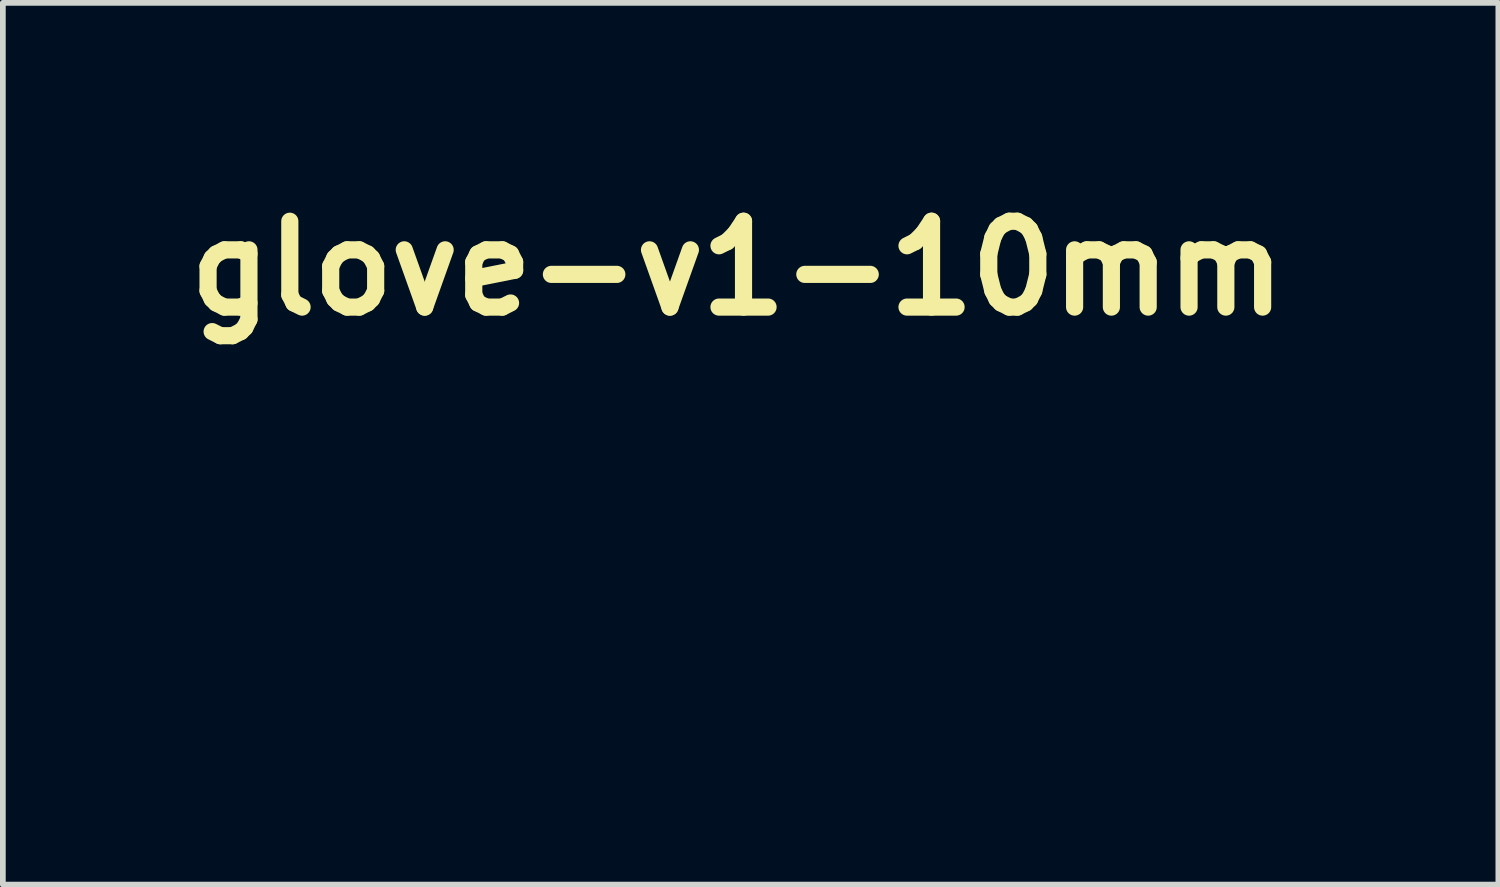
<source format=kicad_pcb>
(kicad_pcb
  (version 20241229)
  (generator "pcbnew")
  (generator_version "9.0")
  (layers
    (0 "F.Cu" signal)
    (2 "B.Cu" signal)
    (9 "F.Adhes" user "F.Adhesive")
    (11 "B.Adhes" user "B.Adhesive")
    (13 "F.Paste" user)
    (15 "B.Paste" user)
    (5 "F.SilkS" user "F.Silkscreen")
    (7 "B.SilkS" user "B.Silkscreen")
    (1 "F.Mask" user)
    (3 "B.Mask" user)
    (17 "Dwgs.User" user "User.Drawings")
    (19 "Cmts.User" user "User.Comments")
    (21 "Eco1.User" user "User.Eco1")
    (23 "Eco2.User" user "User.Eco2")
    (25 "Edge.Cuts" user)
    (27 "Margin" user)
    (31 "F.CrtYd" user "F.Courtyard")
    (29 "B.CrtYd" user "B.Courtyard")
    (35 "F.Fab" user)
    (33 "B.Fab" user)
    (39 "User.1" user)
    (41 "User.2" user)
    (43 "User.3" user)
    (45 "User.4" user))
  (footprint "glove-v1-10mm"
    (layer "F.Cu")
    (at 15.546 4.878)
    (property "Reference" "glove-v1-10mm" (at -5.71 -3.24 0) (layer "F.SilkS") (effects (font (size 1.5 1.5) (thickness 0.3))))
    (attr board_only exclude_from_pos_files exclude_from_bom)
    (fp_poly (pts (xy 0.523 -4.874) (xy 0.553 -4.864) (xy 0.598 -4.849) (xy 0.654 -4.83) (xy 0.705 -4.811) (xy 0.772 -4.787) (xy 0.822 -4.769) (xy 0.856 -4.754) (xy 0.877 -4.743) (xy 0.89 -4.732) (xy 0.897 -4.721) (xy 0.9 -4.712) (xy 0.902 -4.697) (xy 0.907 -4.661) (xy 0.914 -4.605) (xy 0.924 -4.53) (xy 0.936 -4.437) (xy 0.95 -4.327) (xy 0.966 -4.202) (xy 0.983 -4.063) (xy 1.002 -3.911) (xy 1.023 -3.746) (xy 1.045 -3.572) (xy 1.068 -3.387) (xy 1.091 -3.195) (xy 1.116 -2.995) (xy 1.142 -2.79) (xy 1.143 -2.781) (xy 1.168 -2.576) (xy 1.193 -2.377) (xy 1.217 -2.185) (xy 1.24 -2.002) (xy 1.261 -1.828) (xy 1.282 -1.665) (xy 1.301 -1.514) (xy 1.318 -1.376) (xy 1.334 -1.252) (xy 1.348 -1.144) (xy 1.36 -1.052) (xy 1.37 -0.979) (xy 1.377 -0.924) (xy 1.382 -0.889) (xy 1.384 -0.876) (xy 1.384 -0.876) (xy 1.397 -0.874) (xy 1.429 -0.871) (xy 1.476 -0.868) (xy 1.536 -0.864) (xy 1.604 -0.86) (xy 1.677 -0.857) (xy 1.752 -0.853) (xy 1.825 -0.85) (xy 1.893 -0.848) (xy 1.952 -0.846) (xy 1.998 -0.845) (xy 2.029 -0.845) (xy 2.04 -0.846) (xy 2.04 -0.857) (xy 2.042 -0.89) (xy 2.043 -0.943) (xy 2.045 -1.013) (xy 2.048 -1.099) (xy 2.051 -1.201) (xy 2.053 -1.315) (xy 2.057 -1.441) (xy 2.06 -1.576) (xy 2.063 -1.72) (xy 2.067 -1.871) (xy 2.071 -2.027) (xy 2.074 -2.186) (xy 2.078 -2.347) (xy 2.082 -2.508) (xy 2.085 -2.668) (xy 2.089 -2.825) (xy 2.092 -2.977) (xy 2.095 -3.123) (xy 2.098 -3.262) (xy 2.101 -3.391) (xy 2.103 -3.509) (xy 2.105 -3.614) (xy 2.107 -3.705) (xy 2.108 -3.78) (xy 2.109 -3.838) (xy 2.109 -3.877) (xy 2.109 -3.896) (xy 2.109 -3.897) (xy 2.1 -3.891) (xy 2.074 -3.872) (xy 2.035 -3.843) (xy 1.984 -3.804) (xy 1.924 -3.756) (xy 1.855 -3.703) (xy 1.78 -3.644) (xy 1.774 -3.639) (xy 1.699 -3.58) (xy 1.629 -3.526) (xy 1.567 -3.477) (xy 1.515 -3.437) (xy 1.474 -3.406) (xy 1.446 -3.386) (xy 1.434 -3.378) (xy 1.434 -3.378) (xy 1.427 -3.388) (xy 1.412 -3.414) (xy 1.391 -3.454) (xy 1.366 -3.503) (xy 1.34 -3.557) (xy 1.313 -3.613) (xy 1.288 -3.667) (xy 1.266 -3.715) (xy 1.25 -3.753) (xy 1.241 -3.777) (xy 1.24 -3.784) (xy 1.242 -3.788) (xy 1.25 -3.796) (xy 1.263 -3.809) (xy 1.283 -3.828) (xy 1.311 -3.854) (xy 1.347 -3.887) (xy 1.393 -3.93) (xy 1.449 -3.982) (xy 1.518 -4.045) (xy 1.599 -4.12) (xy 1.694 -4.207) (xy 1.803 -4.307) (xy 1.927 -4.42) (xy 2.189 -4.66) (xy 2.404 -4.592) (xy 2.47 -4.57) (xy 2.53 -4.551) (xy 2.578 -4.534) (xy 2.612 -4.521) (xy 2.628 -4.514) (xy 2.629 -4.514) (xy 2.63 -4.501) (xy 2.632 -4.467) (xy 2.632 -4.412) (xy 2.633 -4.338) (xy 2.633 -4.246) (xy 2.632 -4.138) (xy 2.632 -4.013) (xy 2.631 -3.875) (xy 2.629 -3.722) (xy 2.628 -3.558) (xy 2.626 -3.387) (xy 2.623 -3.159) (xy 2.62 -2.95) (xy 2.617 -2.759) (xy 2.615 -2.581) (xy 2.612 -2.413) (xy 2.609 -2.253) (xy 2.606 -2.098) (xy 2.603 -1.944) (xy 2.6 -1.788) (xy 2.596 -1.628) (xy 2.592 -1.46) (xy 2.587 -1.281) (xy 2.583 -1.126) (xy 2.576 -0.835) (xy 2.902 -0.827) (xy 2.986 -0.825) (xy 3.062 -0.823) (xy 3.127 -0.822) (xy 3.18 -0.822) (xy 3.216 -0.822) (xy 3.232 -0.823) (xy 3.233 -0.823) (xy 3.235 -0.835) (xy 3.237 -0.867) (xy 3.239 -0.917) (xy 3.242 -0.982) (xy 3.245 -1.058) (xy 3.248 -1.145) (xy 3.25 -1.222) (xy 3.263 -1.615) (xy 3.573 -2.312) (xy 3.625 -2.43) (xy 3.675 -2.542) (xy 3.72 -2.646) (xy 3.762 -2.741) (xy 3.797 -2.824) (xy 3.827 -2.894) (xy 3.851 -2.949) (xy 3.867 -2.988) (xy 3.874 -3.009) (xy 3.875 -3.012) (xy 3.863 -3.009) (xy 3.832 -2.999) (xy 3.784 -2.984) (xy 3.721 -2.963) (xy 3.646 -2.938) (xy 3.562 -2.909) (xy 3.47 -2.877) (xy 3.437 -2.866) (xy 3.343 -2.834) (xy 3.256 -2.805) (xy 3.177 -2.779) (xy 3.11 -2.758) (xy 3.057 -2.741) (xy 3.02 -2.731) (xy 3.001 -2.726) (xy 2.999 -2.727) (xy 2.99 -2.743) (xy 2.976 -2.775) (xy 2.959 -2.82) (xy 2.939 -2.874) (xy 2.918 -2.932) (xy 2.897 -2.991) (xy 2.878 -3.047) (xy 2.863 -3.096) (xy 2.852 -3.133) (xy 2.847 -3.156) (xy 2.847 -3.16) (xy 2.859 -3.166) (xy 2.891 -3.179) (xy 2.94 -3.198) (xy 3.005 -3.223) (xy 3.085 -3.254) (xy 3.176 -3.289) (xy 3.279 -3.328) (xy 3.39 -3.37) (xy 3.508 -3.415) (xy 3.558 -3.434) (xy 4.258 -3.698) (xy 4.422 -3.599) (xy 4.476 -3.566) (xy 4.523 -3.538) (xy 4.559 -3.515) (xy 4.582 -3.501) (xy 4.588 -3.498) (xy 4.584 -3.487) (xy 4.572 -3.457) (xy 4.552 -3.409) (xy 4.525 -3.344) (xy 4.492 -3.264) (xy 4.453 -3.171) (xy 4.409 -3.065) (xy 4.361 -2.949) (xy 4.308 -2.823) (xy 4.252 -2.69) (xy 4.193 -2.551) (xy 4.182 -2.524) (xy 3.774 -1.554) (xy 3.767 -1.207) (xy 3.765 -1.119) (xy 3.763 -1.038) (xy 3.76 -0.967) (xy 3.758 -0.907) (xy 3.757 -0.864) (xy 3.755 -0.839) (xy 3.754 -0.835) (xy 3.753 -0.82) (xy 3.761 -0.812) (xy 3.782 -0.81) (xy 3.809 -0.809) (xy 3.85 -0.808) (xy 3.903 -0.806) (xy 3.958 -0.802) (xy 3.964 -0.802) (xy 4.06 -0.794) (xy 4.052 -0.418) (xy 4.05 -0.318) (xy 4.048 -0.2) (xy 4.046 -0.07) (xy 4.044 0.065) (xy 4.041 0.202) (xy 4.039 0.333) (xy 4.038 0.439) (xy 4.03 0.921) (xy 3.807 0.914) (xy 3.764 0.912) (xy 3.699 0.91) (xy 3.616 0.908) (xy 3.516 0.905) (xy 3.401 0.902) (xy 3.273 0.899) (xy 3.134 0.895) (xy 2.987 0.891) (xy 2.833 0.887) (xy 2.674 0.883) (xy 2.513 0.879) (xy 2.482 0.878) (xy 2.315 0.874) (xy 2.146 0.87) (xy 1.979 0.865) (xy 1.815 0.861) (xy 1.657 0.857) (xy 1.507 0.853) (xy 1.368 0.85) (xy 1.243 0.846) (xy 1.133 0.843) (xy 1.04 0.841) (xy 0.971 0.839) (xy 0.86 0.836) (xy 0.742 0.833) (xy 0.622 0.83) (xy 0.506 0.826) (xy 0.399 0.823) (xy 0.307 0.821) (xy 0.275 0.82) (xy -0.012 0.813) (xy -0.014 1.797) (xy -0.014 1.945) (xy -0.014 2.086) (xy -0.014 2.219) (xy -0.015 2.343) (xy -0.015 2.455) (xy -0.016 2.554) (xy -0.016 2.638) (xy -0.017 2.705) (xy -0.017 2.755) (xy -0.017 2.785) (xy -0.018 2.793) (xy -0.018 2.806) (xy -0.019 2.84) (xy -0.019 2.893) (xy -0.02 2.963) (xy -0.02 3.049) (xy -0.021 3.148) (xy -0.021 3.258) (xy -0.022 3.379) (xy -0.022 3.508) (xy -0.022 3.611) (xy -0.024 4.418) (xy -0.505 4.418) (xy -0.987 4.418) (xy -1.552 4.167) (xy -2.117 3.916) (xy -2.164 3.929) (xy -2.184 3.935) (xy -2.222 3.947) (xy -2.279 3.965) (xy -2.351 3.988) (xy -2.437 4.014) (xy -2.534 4.045) (xy -2.641 4.078) (xy -2.756 4.114) (xy -2.876 4.152) (xy -3 4.19) (xy -3.125 4.23) (xy -3.25 4.269) (xy -3.372 4.307) (xy -3.49 4.344) (xy -3.602 4.379) (xy -3.705 4.411) (xy -3.797 4.441) (xy -3.877 4.466) (xy -3.943 4.486) (xy -3.992 4.502) (xy -4.023 4.511) (xy -4.031 4.514) (xy -4.078 4.53) (xy -4.203 4.352) (xy -4.248 4.289) (xy -4.292 4.227) (xy -4.332 4.17) (xy -4.366 4.122) (xy -4.386 4.094) (xy -4.443 4.013) (xy -3.812 3.226) (xy -3.719 3.11) (xy -3.63 2.998) (xy -3.546 2.893) (xy -3.468 2.796) (xy -3.398 2.708) (xy -3.336 2.629) (xy -3.283 2.562) (xy -3.241 2.508) (xy -3.21 2.468) (xy -3.191 2.443) (xy -3.185 2.435) (xy -3.196 2.438) (xy -3.226 2.449) (xy -3.273 2.467) (xy -3.333 2.491) (xy -3.406 2.521) (xy -3.488 2.555) (xy -3.578 2.592) (xy -3.615 2.607) (xy -3.709 2.646) (xy -3.796 2.682) (xy -3.876 2.715) (xy -3.945 2.744) (xy -4 2.767) (xy -4.041 2.783) (xy -4.063 2.793) (xy -4.067 2.794) (xy -4.078 2.796) (xy -4.093 2.793) (xy -4.112 2.781) (xy -4.14 2.76) (xy -4.179 2.727) (xy -4.229 2.685) (xy -4.275 2.644) (xy -4.314 2.608) (xy -4.344 2.579) (xy -4.362 2.562) (xy -4.365 2.557) (xy -4.362 2.544) (xy -4.353 2.511) (xy -4.338 2.46) (xy -4.318 2.395) (xy -4.293 2.315) (xy -4.265 2.225) (xy -4.234 2.125) (xy -4.201 2.017) (xy -4.165 1.904) (xy -4.129 1.788) (xy -4.092 1.67) (xy -4.055 1.553) (xy -4.018 1.438) (xy -3.983 1.328) (xy -3.95 1.225) (xy -3.92 1.13) (xy -3.893 1.046) (xy -3.869 0.974) (xy -3.85 0.916) (xy -3.837 0.876) (xy -3.828 0.854) (xy -3.827 0.85) (xy -3.815 0.856) (xy -3.786 0.871) (xy -3.744 0.895) (xy -3.691 0.926) (xy -3.631 0.962) (xy -3.609 0.975) (xy -3.402 1.1) (xy -3.565 1.601) (xy -3.599 1.703) (xy -3.629 1.798) (xy -3.657 1.885) (xy -3.681 1.96) (xy -3.7 2.022) (xy -3.715 2.068) (xy -3.723 2.097) (xy -3.725 2.107) (xy -3.714 2.103) (xy -3.685 2.092) (xy -3.638 2.073) (xy -3.578 2.048) (xy -3.504 2.017) (xy -3.421 1.982) (xy -3.329 1.943) (xy -3.257 1.912) (xy -2.792 1.714) (xy -2.533 1.908) (xy -2.466 1.959) (xy -2.406 2.005) (xy -2.354 2.045) (xy -2.314 2.078) (xy -2.286 2.1) (xy -2.274 2.112) (xy -2.274 2.113) (xy -2.281 2.123) (xy -2.301 2.149) (xy -2.333 2.191) (xy -2.377 2.247) (xy -2.431 2.316) (xy -2.495 2.397) (xy -2.567 2.487) (xy -2.646 2.587) (xy -2.732 2.695) (xy -2.823 2.81) (xy -2.919 2.93) (xy -2.962 2.982) (xy -3.059 3.104) (xy -3.152 3.221) (xy -3.24 3.332) (xy -3.322 3.435) (xy -3.397 3.529) (xy -3.464 3.614) (xy -3.522 3.687) (xy -3.57 3.748) (xy -3.607 3.795) (xy -3.632 3.828) (xy -3.644 3.844) (xy -3.645 3.846) (xy -3.634 3.843) (xy -3.603 3.834) (xy -3.554 3.818) (xy -3.489 3.796) (xy -3.409 3.77) (xy -3.316 3.739) (xy -3.212 3.704) (xy -3.098 3.665) (xy -2.976 3.624) (xy -2.873 3.589) (xy -2.746 3.546) (xy -2.625 3.505) (xy -2.512 3.467) (xy -2.409 3.432) (xy -2.317 3.401) (xy -2.238 3.375) (xy -2.174 3.354) (xy -2.127 3.339) (xy -2.098 3.33) (xy -2.09 3.327) (xy -2.077 3.332) (xy -2.045 3.345) (xy -1.997 3.366) (xy -1.933 3.393) (xy -1.857 3.427) (xy -1.77 3.465) (xy -1.674 3.508) (xy -1.571 3.554) (xy -1.519 3.577) (xy -0.963 3.827) (xy -0.779 3.827) (xy -0.594 3.827) (xy -0.587 3.717) (xy -0.587 3.694) (xy -0.586 3.65) (xy -0.585 3.586) (xy -0.584 3.502) (xy -0.584 3.4) (xy -0.583 3.281) (xy -0.582 3.147) (xy -0.581 2.998) (xy -0.58 2.835) (xy -0.579 2.66) (xy -0.578 2.475) (xy -0.577 2.279) (xy -0.577 2.074) (xy -0.576 1.861) (xy -0.575 1.643) (xy -0.574 1.418) (xy -0.574 1.378) (xy -0.574 1.154) (xy -0.573 0.936) (xy -0.572 0.725) (xy -0.571 0.522) (xy -0.571 0.327) (xy -0.57 0.143) (xy -0.569 -0.029) (xy -0.568 -0.19) (xy -0.567 -0.336) (xy -0.567 -0.468) (xy -0.566 -0.585) (xy -0.565 -0.684) (xy -0.564 -0.765) (xy -0.563 -0.828) (xy -0.563 -0.87) (xy -0.562 -0.89) (xy -0.562 -0.892) (xy -0.556 -0.934) (xy -0.442 -0.934) (xy -0.389 -0.935) (xy -0.356 -0.937) (xy -0.339 -0.94) (xy -0.333 -0.947) (xy -0.334 -0.951) (xy -0.339 -0.963) (xy -0.351 -0.996) (xy -0.369 -1.047) (xy -0.394 -1.116) (xy -0.425 -1.201) (xy -0.461 -1.301) (xy -0.503 -1.414) (xy -0.548 -1.54) (xy -0.598 -1.676) (xy -0.651 -1.822) (xy -0.707 -1.977) (xy -0.765 -2.138) (xy -0.82 -2.289) (xy -0.88 -2.455) (xy -0.938 -2.616) (xy -0.994 -2.769) (xy -1.047 -2.914) (xy -1.096 -3.049) (xy -1.141 -3.173) (xy -1.181 -3.284) (xy -1.217 -3.382) (xy -1.247 -3.465) (xy -1.272 -3.532) (xy -1.29 -3.581) (xy -1.301 -3.611) (xy -1.305 -3.62) (xy -1.311 -3.613) (xy -1.327 -3.589) (xy -1.349 -3.549) (xy -1.378 -3.496) (xy -1.412 -3.433) (xy -1.448 -3.363) (xy -1.485 -3.291) (xy -1.519 -3.227) (xy -1.548 -3.172) (xy -1.571 -3.129) (xy -1.587 -3.102) (xy -1.593 -3.092) (xy -1.604 -3.097) (xy -1.631 -3.113) (xy -1.668 -3.137) (xy -1.713 -3.168) (xy -1.762 -3.203) (xy -1.813 -3.238) (xy -1.86 -3.273) (xy -1.902 -3.304) (xy -1.933 -3.329) (xy -1.952 -3.345) (xy -1.955 -3.349) (xy -1.951 -3.362) (xy -1.939 -3.393) (xy -1.92 -3.442) (xy -1.895 -3.506) (xy -1.864 -3.583) (xy -1.828 -3.672) (xy -1.789 -3.771) (xy -1.746 -3.877) (xy -1.71 -3.966) (xy -1.657 -4.095) (xy -1.612 -4.205) (xy -1.574 -4.297) (xy -1.543 -4.373) (xy -1.517 -4.433) (xy -1.496 -4.48) (xy -1.479 -4.516) (xy -1.466 -4.541) (xy -1.456 -4.558) (xy -1.448 -4.567) (xy -1.442 -4.571) (xy -1.44 -4.571) (xy -1.416 -4.57) (xy -1.377 -4.567) (xy -1.327 -4.563) (xy -1.271 -4.558) (xy -1.213 -4.552) (xy -1.157 -4.546) (xy -1.109 -4.541) (xy -1.073 -4.537) (xy -1.052 -4.534) (xy -1.05 -4.533) (xy -1.046 -4.522) (xy -1.034 -4.49) (xy -1.016 -4.44) (xy -0.992 -4.371) (xy -0.962 -4.285) (xy -0.926 -4.183) (xy -0.885 -4.067) (xy -0.839 -3.937) (xy -0.789 -3.794) (xy -0.735 -3.64) (xy -0.677 -3.475) (xy -0.616 -3.302) (xy -0.552 -3.12) (xy -0.486 -2.931) (xy -0.418 -2.736) (xy -0.413 -2.723) (xy -0.345 -2.528) (xy -0.279 -2.338) (xy -0.215 -2.156) (xy -0.154 -1.982) (xy -0.096 -1.817) (xy -0.042 -1.662) (xy 0.008 -1.519) (xy 0.054 -1.388) (xy 0.095 -1.271) (xy 0.131 -1.168) (xy 0.161 -1.082) (xy 0.186 -1.012) (xy 0.204 -0.96) (xy 0.215 -0.928) (xy 0.22 -0.915) (xy 0.22 -0.915) (xy 0.231 -0.914) (xy 0.262 -0.913) (xy 0.31 -0.911) (xy 0.371 -0.909) (xy 0.443 -0.907) (xy 0.514 -0.905) (xy 0.604 -0.903) (xy 0.675 -0.901) (xy 0.727 -0.901) (xy 0.764 -0.902) (xy 0.788 -0.904) (xy 0.801 -0.907) (xy 0.806 -0.911) (xy 0.807 -0.913) (xy 0.805 -0.928) (xy 0.802 -0.963) (xy 0.796 -1.018) (xy 0.789 -1.091) (xy 0.78 -1.18) (xy 0.769 -1.283) (xy 0.756 -1.399) (xy 0.743 -1.526) (xy 0.728 -1.663) (xy 0.712 -1.808) (xy 0.696 -1.96) (xy 0.679 -2.117) (xy 0.661 -2.278) (xy 0.644 -2.44) (xy 0.626 -2.602) (xy 0.608 -2.764) (xy 0.591 -2.922) (xy 0.574 -3.076) (xy 0.557 -3.224) (xy 0.542 -3.364) (xy 0.527 -3.495) (xy 0.514 -3.616) (xy 0.502 -3.724) (xy 0.491 -3.818) (xy 0.482 -3.897) (xy 0.475 -3.958) (xy 0.47 -4.001) (xy 0.467 -4.024) (xy 0.466 -4.027) (xy 0.456 -4.022) (xy 0.431 -4.004) (xy 0.393 -3.974) (xy 0.344 -3.935) (xy 0.287 -3.888) (xy 0.223 -3.835) (xy 0.198 -3.814) (xy 0.128 -3.754) (xy 0.059 -3.696) (xy -0.005 -3.642) (xy -0.062 -3.595) (xy -0.108 -3.556) (xy -0.14 -3.529) (xy -0.144 -3.526) (xy -0.224 -3.459) (xy -0.329 -3.657) (xy -0.434 -3.855) (xy 0.034 -4.366) (xy 0.117 -4.457) (xy 0.196 -4.543) (xy 0.269 -4.622) (xy 0.334 -4.694) (xy 0.392 -4.755) (xy 0.439 -4.806) (xy 0.476 -4.844) (xy 0.499 -4.869) (xy 0.509 -4.878) (xy 0.51 -4.878)) (stroke (width 0) (type solid)) (fill yes) (layer "F.Mask"))
    (fp_poly (pts (xy 0.523 -4.874) (xy 0.553 -4.864) (xy 0.598 -4.849) (xy 0.654 -4.83) (xy 0.705 -4.811) (xy 0.772 -4.787) (xy 0.822 -4.769) (xy 0.855 -4.754) (xy 0.877 -4.743) (xy 0.89 -4.732) (xy 0.897 -4.721) (xy 0.9 -4.712) (xy 0.902 -4.697) (xy 0.907 -4.661) (xy 0.914 -4.605) (xy 0.924 -4.53) (xy 0.936 -4.437) (xy 0.95 -4.327) (xy 0.966 -4.202) (xy 0.983 -4.063) (xy 1.002 -3.911) (xy 1.023 -3.746) (xy 1.045 -3.572) (xy 1.068 -3.387) (xy 1.091 -3.195) (xy 1.116 -2.995) (xy 1.142 -2.79) (xy 1.143 -2.781) (xy 1.168 -2.576) (xy 1.193 -2.377) (xy 1.217 -2.185) (xy 1.24 -2.002) (xy 1.261 -1.828) (xy 1.282 -1.665) (xy 1.301 -1.514) (xy 1.318 -1.376) (xy 1.334 -1.252) (xy 1.348 -1.144) (xy 1.36 -1.052) (xy 1.37 -0.979) (xy 1.377 -0.924) (xy 1.382 -0.889) (xy 1.384 -0.876) (xy 1.384 -0.876) (xy 1.397 -0.874) (xy 1.429 -0.871) (xy 1.476 -0.868) (xy 1.536 -0.864) (xy 1.604 -0.86) (xy 1.677 -0.857) (xy 1.752 -0.853) (xy 1.825 -0.85) (xy 1.893 -0.848) (xy 1.952 -0.846) (xy 1.998 -0.845) (xy 2.029 -0.845) (xy 2.04 -0.846) (xy 2.04 -0.857) (xy 2.042 -0.89) (xy 2.043 -0.943) (xy 2.045 -1.013) (xy 2.048 -1.099) (xy 2.05 -1.201) (xy 2.053 -1.315) (xy 2.057 -1.441) (xy 2.06 -1.576) (xy 2.063 -1.72) (xy 2.067 -1.871) (xy 2.071 -2.027) (xy 2.074 -2.186) (xy 2.078 -2.347) (xy 2.082 -2.508) (xy 2.085 -2.668) (xy 2.089 -2.825) (xy 2.092 -2.977) (xy 2.095 -3.123) (xy 2.098 -3.262) (xy 2.101 -3.391) (xy 2.103 -3.509) (xy 2.105 -3.614) (xy 2.107 -3.705) (xy 2.108 -3.78) (xy 2.109 -3.838) (xy 2.109 -3.877) (xy 2.109 -3.896) (xy 2.109 -3.897) (xy 2.1 -3.891) (xy 2.074 -3.872) (xy 2.035 -3.843) (xy 1.984 -3.804) (xy 1.923 -3.756) (xy 1.855 -3.703) (xy 1.78 -3.644) (xy 1.774 -3.639) (xy 1.699 -3.58) (xy 1.629 -3.526) (xy 1.567 -3.477) (xy 1.514 -3.437) (xy 1.474 -3.406) (xy 1.446 -3.386) (xy 1.434 -3.378) (xy 1.434 -3.378) (xy 1.427 -3.388) (xy 1.412 -3.414) (xy 1.391 -3.454) (xy 1.366 -3.503) (xy 1.34 -3.557) (xy 1.313 -3.613) (xy 1.288 -3.667) (xy 1.266 -3.715) (xy 1.25 -3.753) (xy 1.241 -3.777) (xy 1.24 -3.784) (xy 1.242 -3.788) (xy 1.25 -3.796) (xy 1.263 -3.809) (xy 1.283 -3.828) (xy 1.311 -3.854) (xy 1.347 -3.887) (xy 1.393 -3.93) (xy 1.449 -3.982) (xy 1.518 -4.045) (xy 1.599 -4.12) (xy 1.694 -4.207) (xy 1.803 -4.307) (xy 1.927 -4.42) (xy 2.189 -4.66) (xy 2.404 -4.592) (xy 2.47 -4.57) (xy 2.529 -4.551) (xy 2.578 -4.534) (xy 2.612 -4.521) (xy 2.628 -4.514) (xy 2.629 -4.514) (xy 2.63 -4.501) (xy 2.631 -4.467) (xy 2.632 -4.412) (xy 2.633 -4.338) (xy 2.633 -4.246) (xy 2.632 -4.138) (xy 2.632 -4.013) (xy 2.631 -3.875) (xy 2.629 -3.722) (xy 2.628 -3.558) (xy 2.626 -3.387) (xy 2.623 -3.159) (xy 2.62 -2.95) (xy 2.617 -2.759) (xy 2.615 -2.581) (xy 2.612 -2.413) (xy 2.609 -2.253) (xy 2.606 -2.098) (xy 2.603 -1.944) (xy 2.6 -1.788) (xy 2.596 -1.628) (xy 2.592 -1.46) (xy 2.587 -1.281) (xy 2.583 -1.126) (xy 2.576 -0.835) (xy 2.902 -0.827) (xy 2.986 -0.825) (xy 3.062 -0.823) (xy 3.127 -0.822) (xy 3.18 -0.822) (xy 3.215 -0.822) (xy 3.232 -0.823) (xy 3.233 -0.823) (xy 3.234 -0.835) (xy 3.237 -0.867) (xy 3.239 -0.917) (xy 3.242 -0.982) (xy 3.245 -1.058) (xy 3.248 -1.145) (xy 3.25 -1.222) (xy 3.263 -1.615) (xy 3.573 -2.312) (xy 3.625 -2.43) (xy 3.675 -2.542) (xy 3.72 -2.646) (xy 3.761 -2.741) (xy 3.797 -2.824) (xy 3.827 -2.894) (xy 3.851 -2.949) (xy 3.867 -2.988) (xy 3.874 -3.009) (xy 3.875 -3.012) (xy 3.863 -3.009) (xy 3.832 -2.999) (xy 3.783 -2.984) (xy 3.721 -2.963) (xy 3.646 -2.938) (xy 3.562 -2.909) (xy 3.47 -2.877) (xy 3.437 -2.866) (xy 3.343 -2.834) (xy 3.256 -2.805) (xy 3.177 -2.779) (xy 3.11 -2.758) (xy 3.057 -2.741) (xy 3.02 -2.731) (xy 3.001 -2.726) (xy 2.999 -2.727) (xy 2.99 -2.743) (xy 2.976 -2.775) (xy 2.959 -2.82) (xy 2.939 -2.874) (xy 2.918 -2.932) (xy 2.897 -2.991) (xy 2.878 -3.047) (xy 2.863 -3.096) (xy 2.852 -3.133) (xy 2.847 -3.156) (xy 2.847 -3.16) (xy 2.859 -3.166) (xy 2.891 -3.179) (xy 2.94 -3.198) (xy 3.005 -3.223) (xy 3.085 -3.254) (xy 3.176 -3.289) (xy 3.279 -3.328) (xy 3.39 -3.37) (xy 3.508 -3.415) (xy 3.558 -3.434) (xy 4.258 -3.698) (xy 4.422 -3.599) (xy 4.476 -3.566) (xy 4.523 -3.538) (xy 4.559 -3.515) (xy 4.582 -3.501) (xy 4.588 -3.498) (xy 4.584 -3.487) (xy 4.572 -3.457) (xy 4.552 -3.409) (xy 4.525 -3.344) (xy 4.492 -3.264) (xy 4.453 -3.171) (xy 4.409 -3.065) (xy 4.361 -2.949) (xy 4.308 -2.824) (xy 4.252 -2.69) (xy 4.193 -2.551) (xy 4.182 -2.524) (xy 3.774 -1.554) (xy 3.767 -1.207) (xy 3.765 -1.119) (xy 3.763 -1.038) (xy 3.76 -0.967) (xy 3.758 -0.907) (xy 3.756 -0.864) (xy 3.755 -0.839) (xy 3.754 -0.835) (xy 3.753 -0.82) (xy 3.761 -0.812) (xy 3.782 -0.81) (xy 3.809 -0.809) (xy 3.85 -0.808) (xy 3.903 -0.806) (xy 3.958 -0.802) (xy 3.964 -0.802) (xy 4.06 -0.794) (xy 4.052 -0.418) (xy 4.05 -0.318) (xy 4.048 -0.2) (xy 4.046 -0.07) (xy 4.044 0.065) (xy 4.041 0.202) (xy 4.039 0.333) (xy 4.038 0.439) (xy 4.03 0.921) (xy 3.807 0.914) (xy 3.764 0.912) (xy 3.699 0.91) (xy 3.616 0.908) (xy 3.515 0.905) (xy 3.401 0.902) (xy 3.273 0.899) (xy 3.134 0.895) (xy 2.987 0.891) (xy 2.833 0.887) (xy 2.674 0.883) (xy 2.512 0.879) (xy 2.482 0.878) (xy 2.315 0.874) (xy 2.146 0.87) (xy 1.979 0.865) (xy 1.815 0.861) (xy 1.657 0.857) (xy 1.507 0.853) (xy 1.368 0.85) (xy 1.243 0.846) (xy 1.132 0.843) (xy 1.04 0.841) (xy 0.971 0.839) (xy 0.86 0.836) (xy 0.742 0.833) (xy 0.622 0.829) (xy 0.505 0.826) (xy 0.399 0.823) (xy 0.307 0.821) (xy 0.275 0.82) (xy -0.012 0.813) (xy -0.014 1.797) (xy -0.014 1.945) (xy -0.014 2.086) (xy -0.014 2.219) (xy -0.015 2.343) (xy -0.015 2.455) (xy -0.016 2.554) (xy -0.016 2.638) (xy -0.017 2.705) (xy -0.017 2.755) (xy -0.018 2.785) (xy -0.018 2.793) (xy -0.018 2.806) (xy -0.019 2.84) (xy -0.019 2.893) (xy -0.02 2.963) (xy -0.02 3.049) (xy -0.021 3.148) (xy -0.021 3.258) (xy -0.022 3.379) (xy -0.022 3.508) (xy -0.022 3.611) (xy -0.024 4.418) (xy -0.505 4.418) (xy -0.987 4.418) (xy -1.552 4.167) (xy -2.117 3.916) (xy -2.164 3.929) (xy -2.184 3.935) (xy -2.223 3.947) (xy -2.279 3.965) (xy -2.351 3.988) (xy -2.437 4.014) (xy -2.535 4.045) (xy -2.641 4.078) (xy -2.756 4.114) (xy -2.876 4.152) (xy -3 4.19) (xy -3.125 4.23) (xy -3.25 4.269) (xy -3.372 4.307) (xy -3.49 4.344) (xy -3.602 4.379) (xy -3.705 4.411) (xy -3.797 4.441) (xy -3.877 4.466) (xy -3.943 4.486) (xy -3.992 4.502) (xy -4.023 4.511) (xy -4.031 4.514) (xy -4.078 4.53) (xy -4.204 4.352) (xy -4.248 4.289) (xy -4.292 4.227) (xy -4.332 4.17) (xy -4.366 4.122) (xy -4.386 4.094) (xy -4.443 4.013) (xy -3.812 3.226) (xy -3.719 3.11) (xy -3.63 2.998) (xy -3.546 2.893) (xy -3.468 2.796) (xy -3.398 2.708) (xy -3.336 2.629) (xy -3.283 2.562) (xy -3.241 2.508) (xy -3.21 2.468) (xy -3.191 2.443) (xy -3.185 2.435) (xy -3.196 2.438) (xy -3.226 2.449) (xy -3.273 2.467) (xy -3.333 2.491) (xy -3.406 2.521) (xy -3.488 2.555) (xy -3.578 2.592) (xy -3.615 2.607) (xy -3.709 2.646) (xy -3.796 2.682) (xy -3.876 2.715) (xy -3.945 2.744) (xy -4 2.767) (xy -4.041 2.783) (xy -4.063 2.793) (xy -4.067 2.794) (xy -4.078 2.796) (xy -4.093 2.793) (xy -4.112 2.781) (xy -4.14 2.76) (xy -4.179 2.727) (xy -4.229 2.685) (xy -4.275 2.644) (xy -4.314 2.608) (xy -4.344 2.579) (xy -4.362 2.562) (xy -4.365 2.557) (xy -4.362 2.544) (xy -4.353 2.511) (xy -4.338 2.46) (xy -4.318 2.395) (xy -4.293 2.315) (xy -4.265 2.225) (xy -4.234 2.125) (xy -4.201 2.017) (xy -4.165 1.904) (xy -4.129 1.788) (xy -4.092 1.67) (xy -4.055 1.553) (xy -4.018 1.438) (xy -3.983 1.328) (xy -3.95 1.225) (xy -3.92 1.13) (xy -3.893 1.046) (xy -3.869 0.974) (xy -3.85 0.916) (xy -3.837 0.876) (xy -3.829 0.854) (xy -3.827 0.85) (xy -3.815 0.856) (xy -3.786 0.871) (xy -3.744 0.895) (xy -3.691 0.926) (xy -3.631 0.962) (xy -3.609 0.975) (xy -3.402 1.1) (xy -3.565 1.601) (xy -3.599 1.703) (xy -3.629 1.798) (xy -3.657 1.885) (xy -3.681 1.96) (xy -3.7 2.022) (xy -3.715 2.068) (xy -3.723 2.097) (xy -3.725 2.107) (xy -3.715 2.103) (xy -3.685 2.092) (xy -3.639 2.073) (xy -3.578 2.048) (xy -3.504 2.017) (xy -3.421 1.982) (xy -3.329 1.943) (xy -3.257 1.912) (xy -2.792 1.714) (xy -2.533 1.908) (xy -2.466 1.959) (xy -2.406 2.005) (xy -2.354 2.045) (xy -2.314 2.078) (xy -2.286 2.1) (xy -2.274 2.112) (xy -2.274 2.113) (xy -2.281 2.123) (xy -2.301 2.149) (xy -2.333 2.191) (xy -2.377 2.247) (xy -2.431 2.316) (xy -2.495 2.397) (xy -2.567 2.487) (xy -2.646 2.587) (xy -2.732 2.695) (xy -2.824 2.81) (xy -2.919 2.93) (xy -2.962 2.982) (xy -3.059 3.104) (xy -3.152 3.221) (xy -3.24 3.332) (xy -3.322 3.435) (xy -3.397 3.529) (xy -3.464 3.614) (xy -3.522 3.687) (xy -3.57 3.748) (xy -3.607 3.795) (xy -3.632 3.828) (xy -3.644 3.844) (xy -3.645 3.846) (xy -3.634 3.843) (xy -3.603 3.834) (xy -3.554 3.818) (xy -3.489 3.796) (xy -3.409 3.77) (xy -3.316 3.739) (xy -3.212 3.704) (xy -3.098 3.665) (xy -2.976 3.624) (xy -2.873 3.589) (xy -2.746 3.546) (xy -2.625 3.505) (xy -2.512 3.467) (xy -2.409 3.432) (xy -2.317 3.401) (xy -2.238 3.375) (xy -2.174 3.354) (xy -2.127 3.339) (xy -2.098 3.33) (xy -2.09 3.327) (xy -2.077 3.332) (xy -2.045 3.345) (xy -1.997 3.366) (xy -1.933 3.393) (xy -1.857 3.427) (xy -1.77 3.465) (xy -1.674 3.508) (xy -1.571 3.554) (xy -1.519 3.577) (xy -0.963 3.827) (xy -0.779 3.827) (xy -0.594 3.827) (xy -0.587 3.717) (xy -0.587 3.694) (xy -0.586 3.65) (xy -0.585 3.586) (xy -0.584 3.502) (xy -0.584 3.4) (xy -0.583 3.281) (xy -0.582 3.147) (xy -0.581 2.998) (xy -0.58 2.835) (xy -0.579 2.66) (xy -0.578 2.475) (xy -0.578 2.279) (xy -0.577 2.074) (xy -0.576 1.861) (xy -0.575 1.643) (xy -0.575 1.418) (xy -0.574 1.378) (xy -0.574 1.154) (xy -0.573 0.936) (xy -0.572 0.725) (xy -0.572 0.522) (xy -0.571 0.327) (xy -0.57 0.143) (xy -0.569 -0.029) (xy -0.568 -0.19) (xy -0.567 -0.336) (xy -0.567 -0.468) (xy -0.566 -0.585) (xy -0.565 -0.684) (xy -0.564 -0.765) (xy -0.563 -0.828) (xy -0.563 -0.87) (xy -0.562 -0.89) (xy -0.562 -0.892) (xy -0.556 -0.934) (xy -0.442 -0.934) (xy -0.389 -0.935) (xy -0.356 -0.937) (xy -0.339 -0.94) (xy -0.333 -0.947) (xy -0.334 -0.951) (xy -0.339 -0.963) (xy -0.351 -0.996) (xy -0.369 -1.047) (xy -0.394 -1.116) (xy -0.425 -1.201) (xy -0.461 -1.301) (xy -0.503 -1.414) (xy -0.548 -1.54) (xy -0.598 -1.676) (xy -0.651 -1.822) (xy -0.707 -1.977) (xy -0.765 -2.138) (xy -0.82 -2.289) (xy -0.88 -2.455) (xy -0.938 -2.616) (xy -0.994 -2.769) (xy -1.047 -2.914) (xy -1.096 -3.049) (xy -1.141 -3.173) (xy -1.181 -3.284) (xy -1.217 -3.382) (xy -1.247 -3.465) (xy -1.272 -3.532) (xy -1.29 -3.581) (xy -1.301 -3.611) (xy -1.305 -3.62) (xy -1.311 -3.613) (xy -1.327 -3.589) (xy -1.349 -3.549) (xy -1.378 -3.496) (xy -1.412 -3.433) (xy -1.448 -3.363) (xy -1.485 -3.291) (xy -1.519 -3.227) (xy -1.548 -3.172) (xy -1.571 -3.129) (xy -1.587 -3.102) (xy -1.593 -3.092) (xy -1.604 -3.097) (xy -1.631 -3.113) (xy -1.668 -3.137) (xy -1.713 -3.168) (xy -1.763 -3.203) (xy -1.813 -3.238) (xy -1.86 -3.273) (xy -1.902 -3.304) (xy -1.933 -3.329) (xy -1.952 -3.345) (xy -1.956 -3.349) (xy -1.951 -3.362) (xy -1.939 -3.393) (xy -1.92 -3.442) (xy -1.895 -3.506) (xy -1.864 -3.583) (xy -1.829 -3.672) (xy -1.789 -3.771) (xy -1.746 -3.877) (xy -1.71 -3.966) (xy -1.657 -4.095) (xy -1.612 -4.205) (xy -1.574 -4.297) (xy -1.543 -4.373) (xy -1.517 -4.433) (xy -1.496 -4.48) (xy -1.479 -4.516) (xy -1.466 -4.541) (xy -1.456 -4.558) (xy -1.448 -4.567) (xy -1.442 -4.571) (xy -1.44 -4.571) (xy -1.416 -4.57) (xy -1.377 -4.567) (xy -1.327 -4.563) (xy -1.271 -4.558) (xy -1.213 -4.552) (xy -1.157 -4.546) (xy -1.109 -4.541) (xy -1.073 -4.537) (xy -1.052 -4.534) (xy -1.05 -4.533) (xy -1.046 -4.522) (xy -1.034 -4.49) (xy -1.016 -4.44) (xy -0.992 -4.371) (xy -0.962 -4.285) (xy -0.926 -4.183) (xy -0.885 -4.067) (xy -0.839 -3.937) (xy -0.789 -3.794) (xy -0.735 -3.64) (xy -0.677 -3.475) (xy -0.616 -3.302) (xy -0.552 -3.12) (xy -0.486 -2.931) (xy -0.418 -2.736) (xy -0.413 -2.723) (xy -0.345 -2.528) (xy -0.279 -2.338) (xy -0.215 -2.156) (xy -0.154 -1.982) (xy -0.096 -1.817) (xy -0.042 -1.662) (xy 0.008 -1.519) (xy 0.054 -1.388) (xy 0.095 -1.271) (xy 0.131 -1.168) (xy 0.161 -1.082) (xy 0.186 -1.012) (xy 0.204 -0.96) (xy 0.215 -0.928) (xy 0.22 -0.915) (xy 0.22 -0.915) (xy 0.231 -0.914) (xy 0.262 -0.913) (xy 0.31 -0.911) (xy 0.371 -0.909) (xy 0.443 -0.907) (xy 0.514 -0.905) (xy 0.604 -0.903) (xy 0.675 -0.901) (xy 0.727 -0.901) (xy 0.764 -0.902) (xy 0.788 -0.904) (xy 0.801 -0.907) (xy 0.806 -0.911) (xy 0.807 -0.913) (xy 0.805 -0.928) (xy 0.802 -0.963) (xy 0.796 -1.018) (xy 0.789 -1.091) (xy 0.78 -1.18) (xy 0.769 -1.283) (xy 0.756 -1.399) (xy 0.743 -1.526) (xy 0.728 -1.663) (xy 0.712 -1.808) (xy 0.696 -1.96) (xy 0.679 -2.117) (xy 0.661 -2.278) (xy 0.644 -2.44) (xy 0.626 -2.602) (xy 0.608 -2.764) (xy 0.591 -2.922) (xy 0.574 -3.076) (xy 0.557 -3.224) (xy 0.542 -3.364) (xy 0.527 -3.495) (xy 0.514 -3.616) (xy 0.502 -3.724) (xy 0.491 -3.818) (xy 0.482 -3.897) (xy 0.475 -3.958) (xy 0.47 -4.001) (xy 0.467 -4.024) (xy 0.466 -4.027) (xy 0.456 -4.022) (xy 0.431 -4.004) (xy 0.393 -3.974) (xy 0.344 -3.935) (xy 0.287 -3.888) (xy 0.223 -3.835) (xy 0.198 -3.814) (xy 0.128 -3.754) (xy 0.059 -3.696) (xy -0.005 -3.642) (xy -0.062 -3.595) (xy -0.108 -3.556) (xy -0.14 -3.529) (xy -0.144 -3.526) (xy -0.224 -3.459) (xy -0.329 -3.657) (xy -0.434 -3.855) (xy 0.033 -4.366) (xy 0.117 -4.457) (xy 0.196 -4.543) (xy 0.269 -4.622) (xy 0.334 -4.694) (xy 0.392 -4.755) (xy 0.439 -4.806) (xy 0.476 -4.844) (xy 0.499 -4.869) (xy 0.509 -4.878) (xy 0.509 -4.878)) (stroke (width 0) (type solid)) (fill yes) (layer "F.Paste")))
  (gr_rect
    (start -3 -3)
    (end 23.134 12.408)
    (stroke (width 0.1) (type default))
    (fill no)
    (layer "Edge.Cuts")))
</source>
